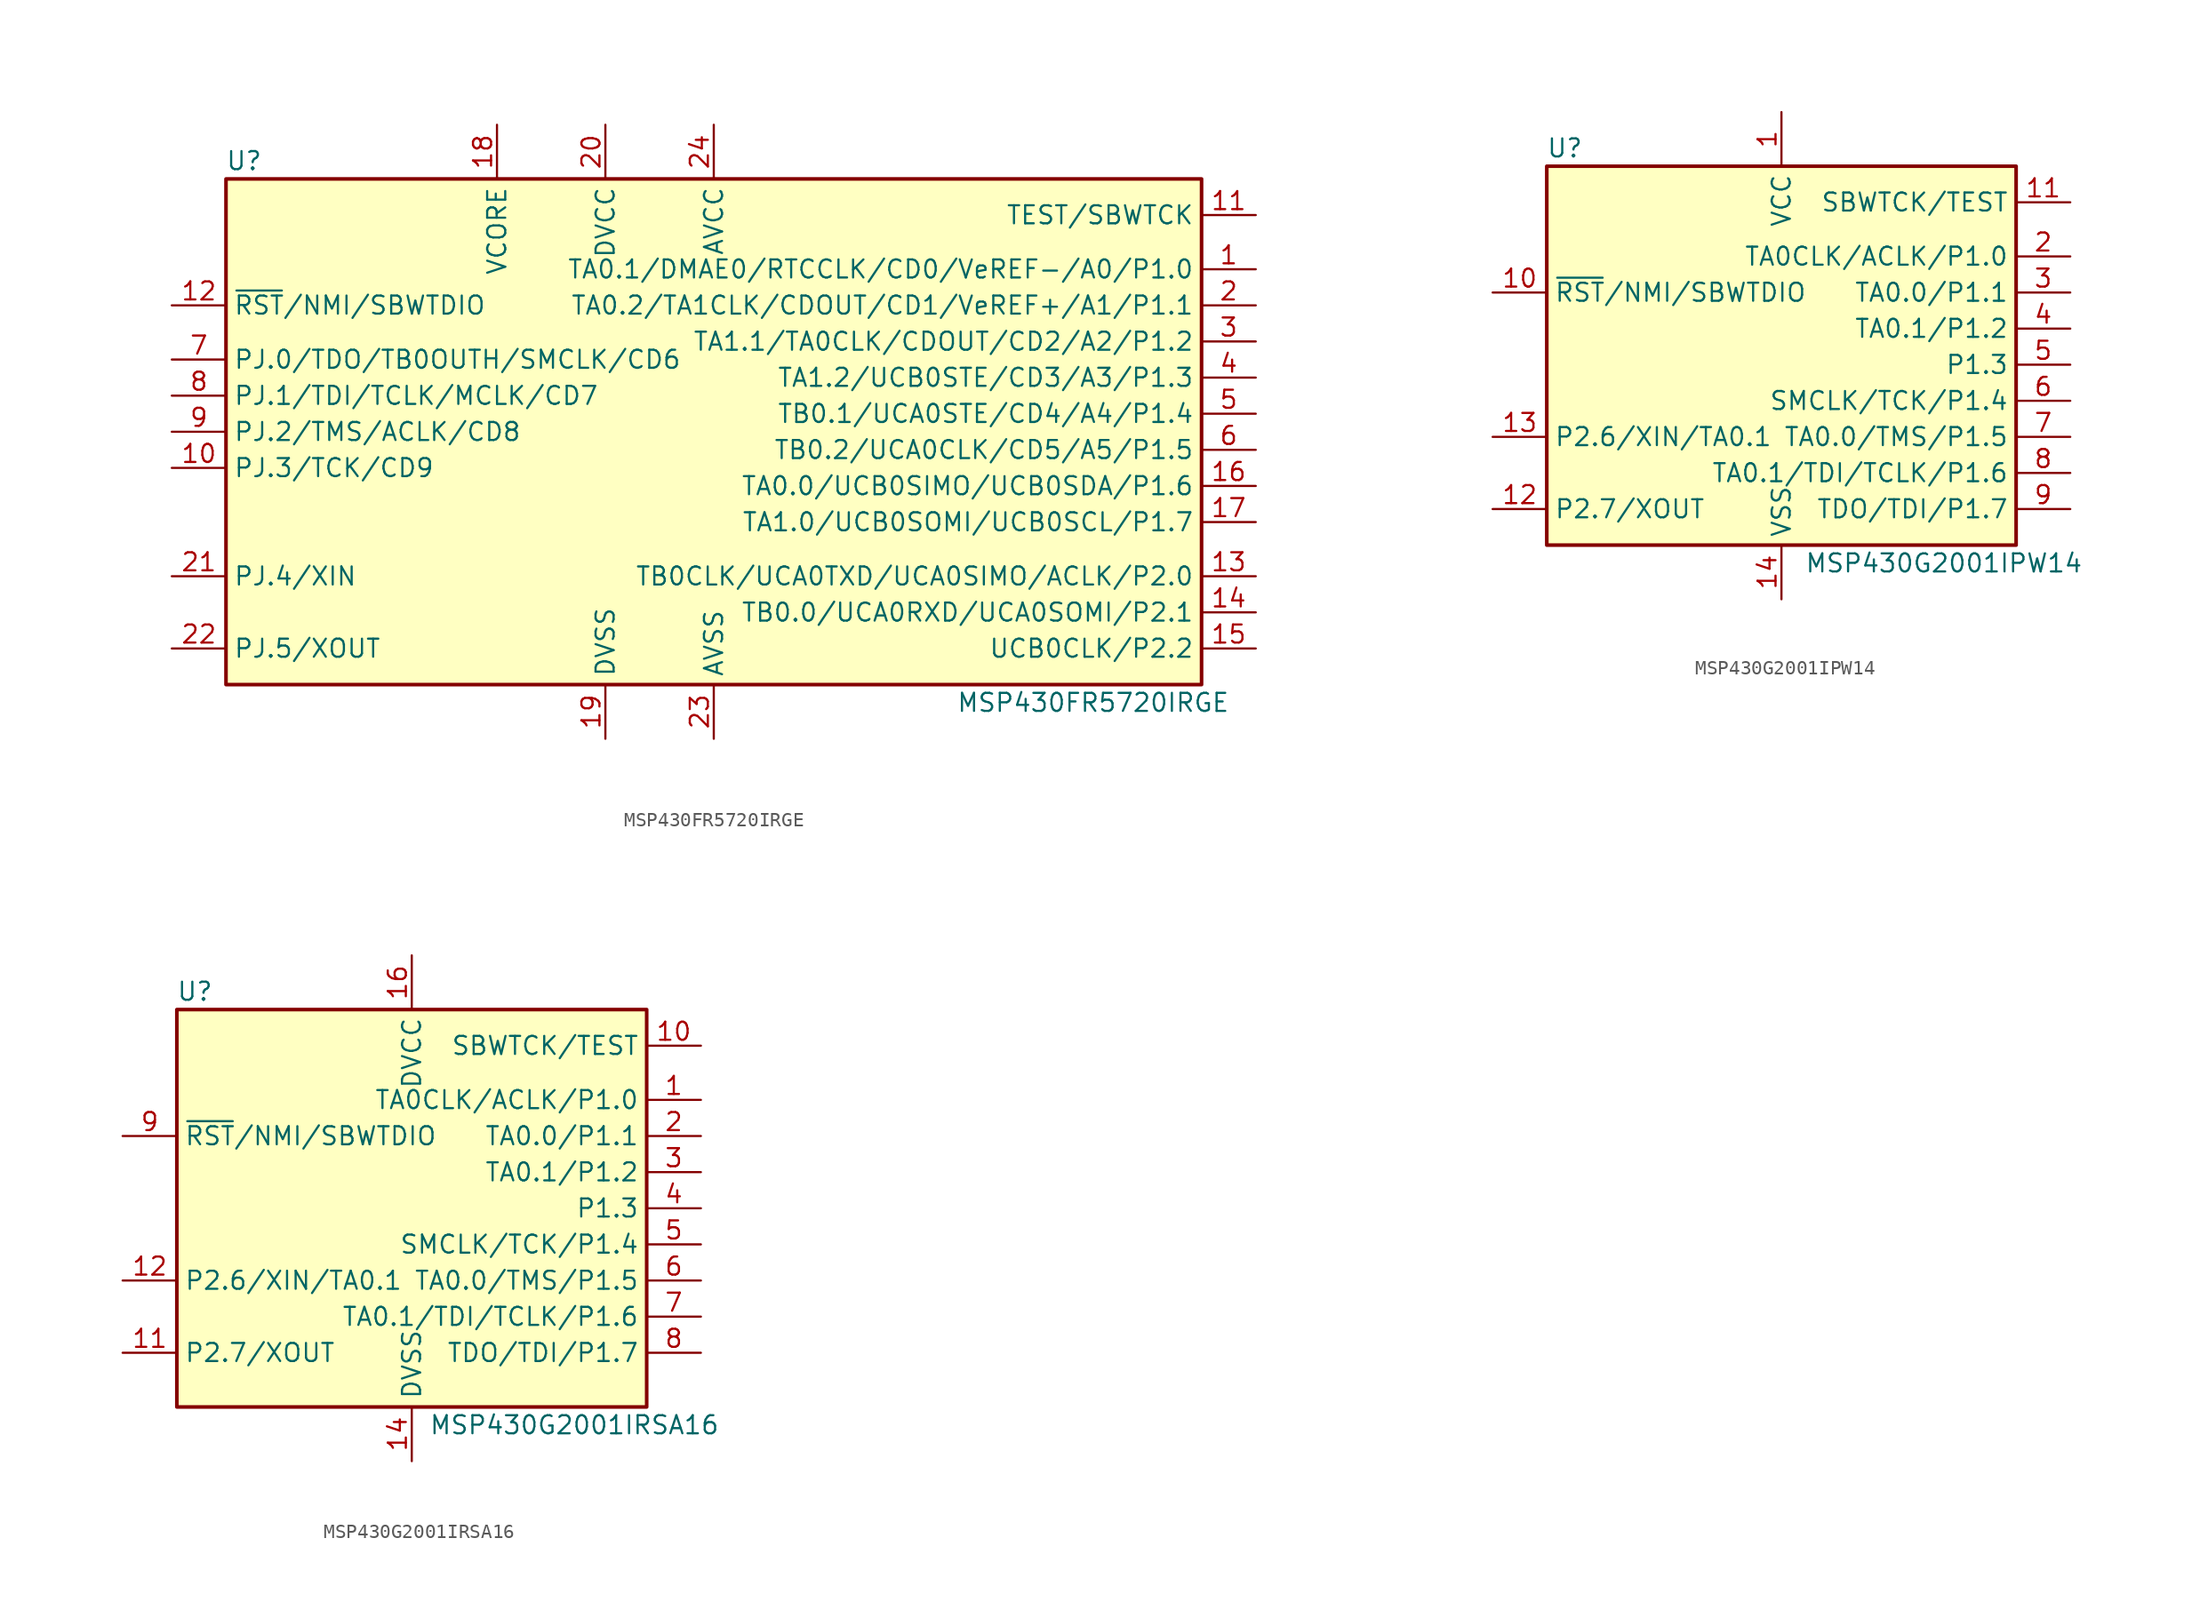
<source format=kicad_sym>
(kicad_symbol_lib
  (version 20231120)
  (generator "kicad_symbol_editor")
  (generator_version "8.0")
  (symbol "MSP430FR5720IRGE"
    (property "Reference" "U"
      (at -33.02 19.05 0)
      (effects (font (size 1.27 1.27))))
    (property "Value" "MSP430FR5720IRGE"
      (at 26.67 -19.05 0)
      (effects (font (size 1.27 1.27))))
    (symbol "MSP430FR5720IRGE_0_1"
      (rectangle (start -34.29 17.78) (end 34.29 -17.78) (stroke (width 0.254) (type default)) (fill (type background))))
    (symbol "MSP430FR5720IRGE_1_1"
      (pin bidirectional line (at 38.1 11.43 180) (length 3.81) (name "TA0.1/DMAE0/RTCCLK/CD0/VeREF-/A0/P1.0" (effects (font (size 1.27 1.27)))) (number "1" (effects (font (size 1.27 1.27)))))
      (pin bidirectional line (at -38.1 -2.54 0) (length 3.81) (name "PJ.3/TCK/CD9" (effects (font (size 1.27 1.27)))) (number "10" (effects (font (size 1.27 1.27)))))
      (pin input line (at 38.1 15.24 180) (length 3.81) (name "TEST/SBWTCK" (effects (font (size 1.27 1.27)))) (number "11" (effects (font (size 1.27 1.27)))))
      (pin input line (at -38.1 8.89 0) (length 3.81) (name "~{RST}/NMI/SBWTDIO" (effects (font (size 1.27 1.27)))) (number "12" (effects (font (size 1.27 1.27)))))
      (pin input line (at 38.1 -10.16 180) (length 3.81) (name "TB0CLK/UCA0TXD/UCA0SIMO/ACLK/P2.0" (effects (font (size 1.27 1.27)))) (number "13" (effects (font (size 1.27 1.27)))))
      (pin input line (at 38.1 -12.7 180) (length 3.81) (name "TB0.0/UCA0RXD/UCA0SOMI/P2.1" (effects (font (size 1.27 1.27)))) (number "14" (effects (font (size 1.27 1.27)))))
      (pin input line (at 38.1 -15.24 180) (length 3.81) (name "UCB0CLK/P2.2" (effects (font (size 1.27 1.27)))) (number "15" (effects (font (size 1.27 1.27)))))
      (pin input line (at 38.1 -3.81 180) (length 3.81) (name "TA0.0/UCB0SIMO/UCB0SDA/P1.6" (effects (font (size 1.27 1.27)))) (number "16" (effects (font (size 1.27 1.27)))))
      (pin input line (at 38.1 -6.35 180) (length 3.81) (name "TA1.0/UCB0SOMI/UCB0SCL/P1.7" (effects (font (size 1.27 1.27)))) (number "17" (effects (font (size 1.27 1.27)))))
      (pin input line (at -15.24 21.59 270) (length 3.81) (name "VCORE" (effects (font (size 1.27 1.27)))) (number "18" (effects (font (size 1.27 1.27)))))
      (pin power_in line (at -7.62 -21.59 90) (length 3.81) (name "DVSS" (effects (font (size 1.27 1.27)))) (number "19" (effects (font (size 1.27 1.27)))))
      (pin bidirectional line (at 38.1 8.89 180) (length 3.81) (name "TA0.2/TA1CLK/CDOUT/CD1/VeREF+/A1/P1.1" (effects (font (size 1.27 1.27)))) (number "2" (effects (font (size 1.27 1.27)))))
      (pin power_in line (at -7.62 21.59 270) (length 3.81) (name "DVCC" (effects (font (size 1.27 1.27)))) (number "20" (effects (font (size 1.27 1.27)))))
      (pin input line (at -38.1 -10.16 0) (length 3.81) (name "PJ.4/XIN" (effects (font (size 1.27 1.27)))) (number "21" (effects (font (size 1.27 1.27)))))
      (pin input line (at -38.1 -15.24 0) (length 3.81) (name "PJ.5/XOUT" (effects (font (size 1.27 1.27)))) (number "22" (effects (font (size 1.27 1.27)))))
      (pin power_in line (at 0 -21.59 90) (length 3.81) (name "AVSS" (effects (font (size 1.27 1.27)))) (number "23" (effects (font (size 1.27 1.27)))))
      (pin power_in line (at 0 21.59 270) (length 3.81) (name "AVCC" (effects (font (size 1.27 1.27)))) (number "24" (effects (font (size 1.27 1.27)))))
      (pin bidirectional line (at 38.1 6.35 180) (length 3.81) (name "TA1.1/TA0CLK/CDOUT/CD2/A2/P1.2" (effects (font (size 1.27 1.27)))) (number "3" (effects (font (size 1.27 1.27)))))
      (pin bidirectional line (at 38.1 3.81 180) (length 3.81) (name "TA1.2/UCB0STE/CD3/A3/P1.3" (effects (font (size 1.27 1.27)))) (number "4" (effects (font (size 1.27 1.27)))))
      (pin bidirectional line (at 38.1 1.27 180) (length 3.81) (name "TB0.1/UCA0STE/CD4/A4/P1.4" (effects (font (size 1.27 1.27)))) (number "5" (effects (font (size 1.27 1.27)))))
      (pin bidirectional line (at 38.1 -1.27 180) (length 3.81) (name "TB0.2/UCA0CLK/CD5/A5/P1.5" (effects (font (size 1.27 1.27)))) (number "6" (effects (font (size 1.27 1.27)))))
      (pin bidirectional line (at -38.1 5.08 0) (length 3.81) (name "PJ.0/TDO/TB0OUTH/SMCLK/CD6" (effects (font (size 1.27 1.27)))) (number "7" (effects (font (size 1.27 1.27)))))
      (pin bidirectional line (at -38.1 2.54 0) (length 3.81) (name "PJ.1/TDI/TCLK/MCLK/CD7" (effects (font (size 1.27 1.27)))) (number "8" (effects (font (size 1.27 1.27)))))
      (pin bidirectional line (at -38.1 0 0) (length 3.81) (name "PJ.2/TMS/ACLK/CD8" (effects (font (size 1.27 1.27)))) (number "9" (effects (font (size 1.27 1.27)))))))
  (symbol "MSP430G2001IPW14"
    (property "Reference" "U"
      (at -15.24 15.24 0)
      (effects (font (size 1.27 1.27))))
    (property "Value" "MSP430G2001IPW14"
      (at 11.43 -13.97 0)
      (effects (font (size 1.27 1.27))))
    (symbol "MSP430G2001IPW14_0_1"
      (rectangle (start -16.51 13.97) (end 16.51 -12.7) (stroke (width 0.254) (type default)) (fill (type background))))
    (symbol "MSP430G2001IPW14_1_1"
      (pin power_in line (at 0 17.78 270) (length 3.81) (name "VCC" (effects (font (size 1.27 1.27)))) (number "1" (effects (font (size 1.27 1.27)))))
      (pin input line (at -20.32 5.08 0) (length 3.81) (name "~{RST}/NMI/SBWTDIO" (effects (font (size 1.27 1.27)))) (number "10" (effects (font (size 1.27 1.27)))))
      (pin input line (at 20.32 11.43 180) (length 3.81) (name "SBWTCK/TEST" (effects (font (size 1.27 1.27)))) (number "11" (effects (font (size 1.27 1.27)))))
      (pin bidirectional line (at -20.32 -10.16 0) (length 3.81) (name "P2.7/XOUT" (effects (font (size 1.27 1.27)))) (number "12" (effects (font (size 1.27 1.27)))))
      (pin bidirectional line (at -20.32 -5.08 0) (length 3.81) (name "P2.6/XIN/TA0.1" (effects (font (size 1.27 1.27)))) (number "13" (effects (font (size 1.27 1.27)))))
      (pin power_in line (at 0 -16.51 90) (length 3.81) (name "VSS" (effects (font (size 1.27 1.27)))) (number "14" (effects (font (size 1.27 1.27)))))
      (pin bidirectional line (at 20.32 7.62 180) (length 3.81) (name "TA0CLK/ACLK/P1.0" (effects (font (size 1.27 1.27)))) (number "2" (effects (font (size 1.27 1.27)))))
      (pin bidirectional line (at 20.32 5.08 180) (length 3.81) (name "TA0.0/P1.1" (effects (font (size 1.27 1.27)))) (number "3" (effects (font (size 1.27 1.27)))))
      (pin bidirectional line (at 20.32 2.54 180) (length 3.81) (name "TA0.1/P1.2" (effects (font (size 1.27 1.27)))) (number "4" (effects (font (size 1.27 1.27)))))
      (pin bidirectional line (at 20.32 0 180) (length 3.81) (name "P1.3" (effects (font (size 1.27 1.27)))) (number "5" (effects (font (size 1.27 1.27)))))
      (pin bidirectional line (at 20.32 -2.54 180) (length 3.81) (name "SMCLK/TCK/P1.4" (effects (font (size 1.27 1.27)))) (number "6" (effects (font (size 1.27 1.27)))))
      (pin bidirectional line (at 20.32 -5.08 180) (length 3.81) (name "TA0.0/TMS/P1.5" (effects (font (size 1.27 1.27)))) (number "7" (effects (font (size 1.27 1.27)))))
      (pin bidirectional line (at 20.32 -7.62 180) (length 3.81) (name "TA0.1/TDI/TCLK/P1.6" (effects (font (size 1.27 1.27)))) (number "8" (effects (font (size 1.27 1.27)))))
      (pin bidirectional line (at 20.32 -10.16 180) (length 3.81) (name "TDO/TDI/P1.7" (effects (font (size 1.27 1.27)))) (number "9" (effects (font (size 1.27 1.27)))))))
  (symbol "MSP430G2001IRSA16"
    (property "Reference" "U"
      (at -15.24 15.24 0)
      (effects (font (size 1.27 1.27))))
    (property "Value" "MSP430G2001IRSA16"
      (at 11.43 -15.24 0)
      (effects (font (size 1.27 1.27))))
    (symbol "MSP430G2001IRSA16_0_1"
      (rectangle (start -16.51 13.97) (end 16.51 -13.97) (stroke (width 0.254) (type default)) (fill (type background))))
    (symbol "MSP430G2001IRSA16_1_1"
      (pin bidirectional line (at 20.32 7.62 180) (length 3.81) (name "TA0CLK/ACLK/P1.0" (effects (font (size 1.27 1.27)))) (number "1" (effects (font (size 1.27 1.27)))))
      (pin input line (at 20.32 11.43 180) (length 3.81) (name "SBWTCK/TEST" (effects (font (size 1.27 1.27)))) (number "10" (effects (font (size 1.27 1.27)))))
      (pin bidirectional line (at -20.32 -10.16 0) (length 3.81) (name "P2.7/XOUT" (effects (font (size 1.27 1.27)))) (number "11" (effects (font (size 1.27 1.27)))))
      (pin bidirectional line (at -20.32 -5.08 0) (length 3.81) (name "P2.6/XIN/TA0.1" (effects (font (size 1.27 1.27)))) (number "12" (effects (font (size 1.27 1.27)))))
      (pin power_in line (at 0 -17.78 90) (length 3.81) (name "DVSS" (effects (font (size 1.27 1.27)))) (number "14" (effects (font (size 1.27 1.27)))))
      (pin power_in line (at 0 17.78 270) (length 3.81) (name "DVCC" (effects (font (size 1.27 1.27)))) (number "16" (effects (font (size 1.27 1.27)))))
      (pin bidirectional line (at 20.32 5.08 180) (length 3.81) (name "TA0.0/P1.1" (effects (font (size 1.27 1.27)))) (number "2" (effects (font (size 1.27 1.27)))))
      (pin bidirectional line (at 20.32 2.54 180) (length 3.81) (name "TA0.1/P1.2" (effects (font (size 1.27 1.27)))) (number "3" (effects (font (size 1.27 1.27)))))
      (pin bidirectional line (at 20.32 0 180) (length 3.81) (name "P1.3" (effects (font (size 1.27 1.27)))) (number "4" (effects (font (size 1.27 1.27)))))
      (pin bidirectional line (at 20.32 -2.54 180) (length 3.81) (name "SMCLK/TCK/P1.4" (effects (font (size 1.27 1.27)))) (number "5" (effects (font (size 1.27 1.27)))))
      (pin bidirectional line (at 20.32 -5.08 180) (length 3.81) (name "TA0.0/TMS/P1.5" (effects (font (size 1.27 1.27)))) (number "6" (effects (font (size 1.27 1.27)))))
      (pin bidirectional line (at 20.32 -7.62 180) (length 3.81) (name "TA0.1/TDI/TCLK/P1.6" (effects (font (size 1.27 1.27)))) (number "7" (effects (font (size 1.27 1.27)))))
      (pin bidirectional line (at 20.32 -10.16 180) (length 3.81) (name "TDO/TDI/P1.7" (effects (font (size 1.27 1.27)))) (number "8" (effects (font (size 1.27 1.27)))))
      (pin input line (at -20.32 5.08 0) (length 3.81) (name "~{RST}/NMI/SBWTDIO" (effects (font (size 1.27 1.27)))) (number "9" (effects (font (size 1.27 1.27))))))))
</source>
